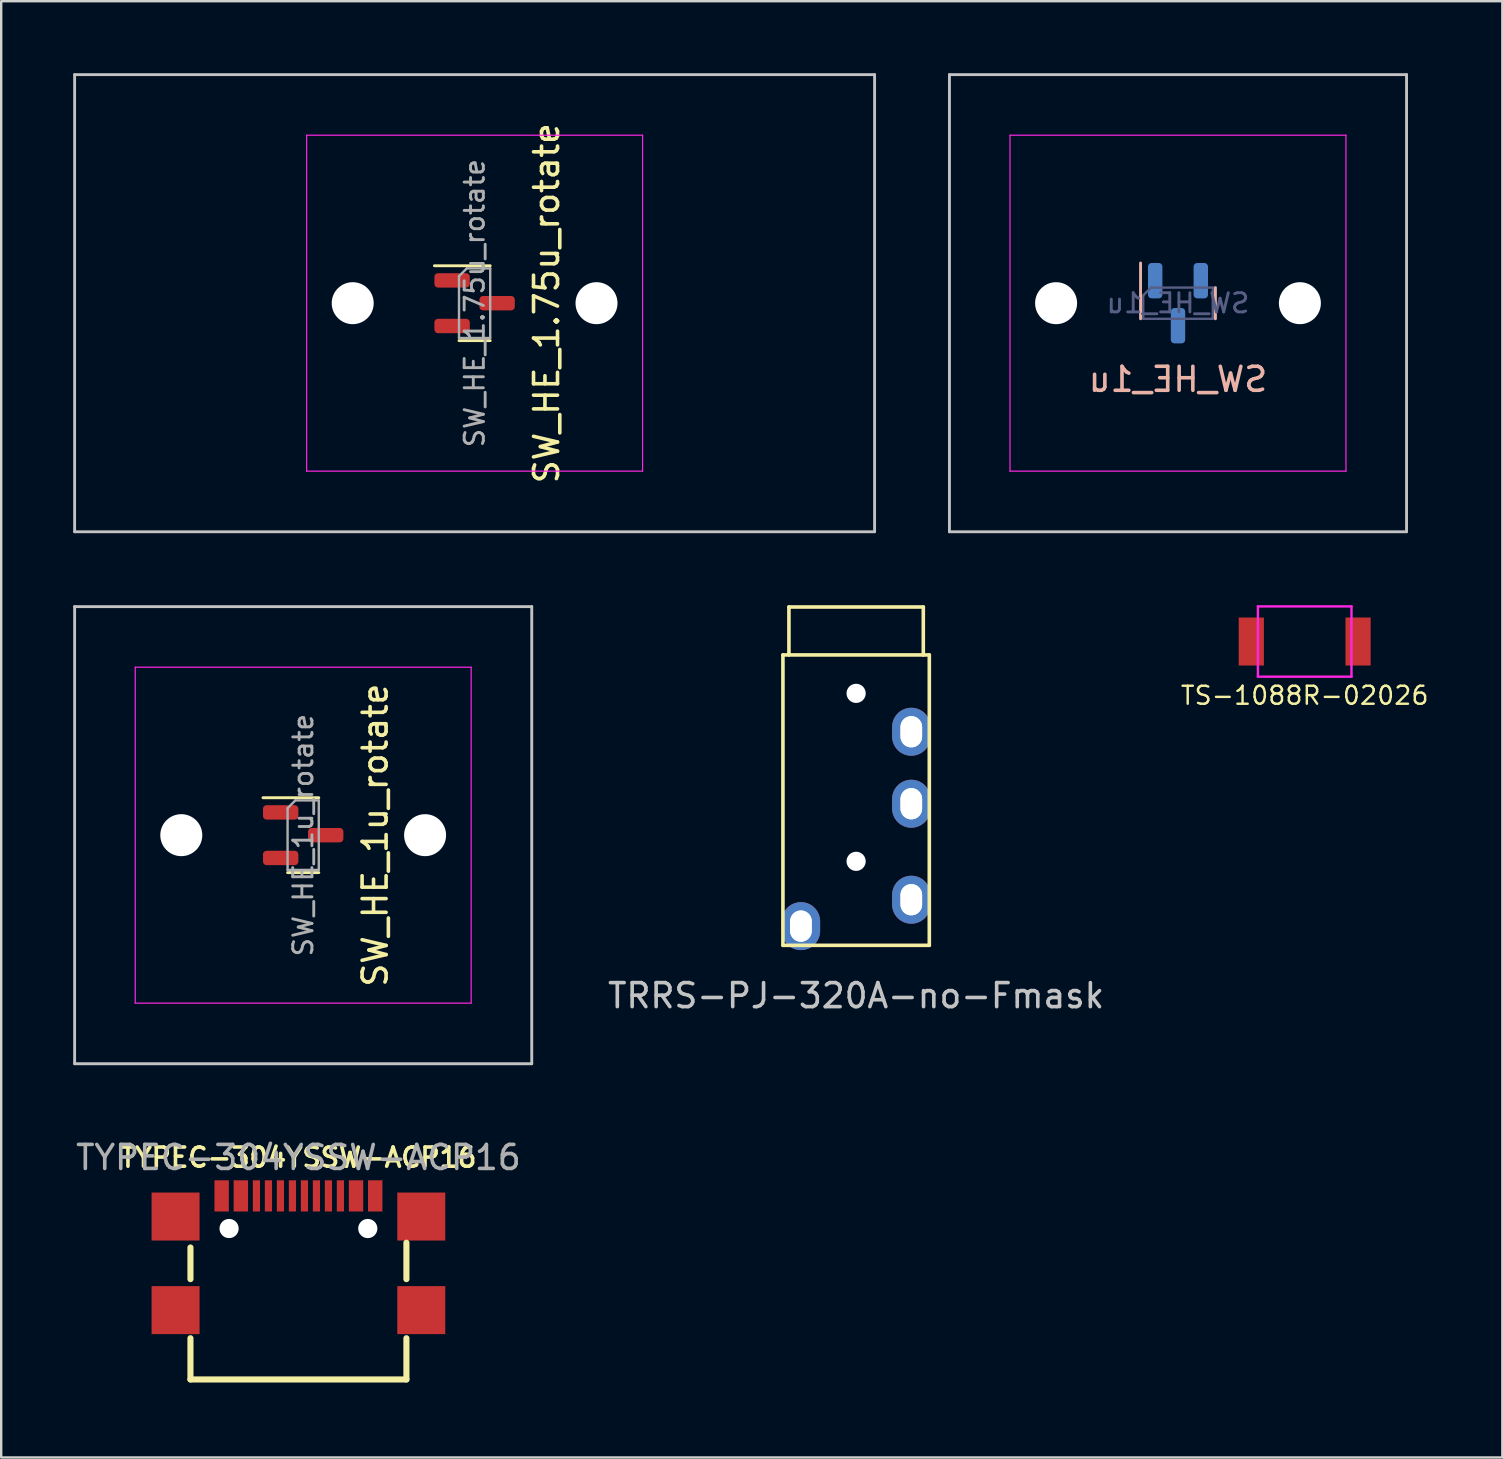
<source format=kicad_pcb>
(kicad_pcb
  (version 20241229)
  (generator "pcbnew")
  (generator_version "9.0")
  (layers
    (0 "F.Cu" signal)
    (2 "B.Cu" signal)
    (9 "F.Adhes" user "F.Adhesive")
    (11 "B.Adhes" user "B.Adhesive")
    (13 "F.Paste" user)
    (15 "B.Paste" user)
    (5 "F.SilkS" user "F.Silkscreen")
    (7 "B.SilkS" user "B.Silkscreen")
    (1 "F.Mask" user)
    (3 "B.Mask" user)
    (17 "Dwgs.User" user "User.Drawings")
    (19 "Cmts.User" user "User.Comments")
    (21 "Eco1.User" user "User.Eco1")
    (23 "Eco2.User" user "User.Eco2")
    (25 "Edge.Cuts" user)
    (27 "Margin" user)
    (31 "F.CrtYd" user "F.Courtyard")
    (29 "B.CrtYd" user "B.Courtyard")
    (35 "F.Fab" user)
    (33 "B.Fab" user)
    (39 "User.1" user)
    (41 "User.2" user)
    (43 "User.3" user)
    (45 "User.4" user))
  (footprint "TS-1088R-02026"
    (layer "F.Cu")
    (at 51.322 23.685)
    (property "Reference" "TS-1088R-02026" (at 0 2.25 0) (layer "F.SilkS") (effects (font (size 0.75 0.75) (thickness 0.1))))
    (attr smd)
    (fp_line (start -1.95 -1.465) (end -1.95 1.465) (stroke (width 0.1) (type default)) (layer "F.CrtYd"))
    (fp_line (start -1.95 -1.465) (end 1.95 -1.465) (stroke (width 0.1) (type solid)) (layer "F.CrtYd"))
    (fp_line (start 1.95 -1.465) (end 1.95 1.465) (stroke (width 0.1) (type default)) (layer "F.CrtYd"))
    (fp_line (start 1.95 1.465) (end -1.95 1.465) (stroke (width 0.1) (type solid)) (layer "F.CrtYd"))
    (pad "1" smd rect (at -2.225 0 180) (size 1.05 2) (layers "F.Cu" "F.Mask" "F.Paste"))
    (pad "2" smd rect (at 2.225 0 180) (size 1.05 2) (layers "F.Cu" "F.Mask" "F.Paste")))
  (footprint "SW_HE_1u_rotate"
    (layer "F.Cu")
    (at 9.585 31.755)
    (property "Reference" "SW_HE_1u_rotate" (at 3 0 270) (layer "F.SilkS") (effects (font (size 1 1) (thickness 0.15))))
    (attr smd)
    (fp_line (start -1.675 -1.56) (end 0.65 -1.56) (stroke (width 0.12) (type default)) (layer "F.SilkS"))
    (fp_line (start -0.65 1.56) (end 0.65 1.56) (stroke (width 0.12) (type default)) (layer "F.SilkS"))
    (fp_line (start -9.525 -9.525) (end -9.525 9.525) (stroke (width 0.12) (type solid)) (layer "Dwgs.User"))
    (fp_line (start -9.525 9.525) (end 9.525 9.525) (stroke (width 0.12) (type solid)) (layer "Dwgs.User"))
    (fp_line (start 9.525 -9.525) (end -9.525 -9.525) (stroke (width 0.12) (type solid)) (layer "Dwgs.User"))
    (fp_line (start 9.525 9.525) (end 9.525 -9.525) (stroke (width 0.12) (type solid)) (layer "Dwgs.User"))
    (fp_line (start -7 6.5) (end -7 -6.5) (stroke (width 0.05) (type solid)) (layer "Eco2.User"))
    (fp_line (start -6.5 -7) (end 6.5 -7) (stroke (width 0.05) (type solid)) (layer "Eco2.User"))
    (fp_line (start 6.5 7) (end -6.5 7) (stroke (width 0.05) (type solid)) (layer "Eco2.User"))
    (fp_line (start 7 -6.5) (end 7 6.5) (stroke (width 0.05) (type solid)) (layer "Eco2.User"))
    (fp_arc (start -7 -6.5) (mid -6.853553 -6.853553) (end -6.5 -7) (stroke (width 0.05) (type solid)) (layer "Eco2.User"))
    (fp_arc (start -6.5 7) (mid -6.853553 6.853553) (end -7 6.5) (stroke (width 0.05) (type solid)) (layer "Eco2.User"))
    (fp_arc (start 6.5 -7) (mid 6.853553 -6.853553) (end 7 -6.5) (stroke (width 0.05) (type solid)) (layer "Eco2.User"))
    (fp_arc (start 6.997236 6.498884) (mid 6.850789 6.852437) (end 6.497236 6.998884) (stroke (width 0.05) (type solid)) (layer "Eco2.User"))
    (fp_line (start -7 -7) (end -7 7) (stroke (width 0.05) (type solid)) (layer "F.CrtYd"))
    (fp_line (start -7 7) (end 7 7) (stroke (width 0.05) (type solid)) (layer "F.CrtYd"))
    (fp_line (start 7 -7) (end -7 -7) (stroke (width 0.05) (type solid)) (layer "F.CrtYd"))
    (fp_line (start 7 7) (end 7 -7) (stroke (width 0.05) (type solid)) (layer "F.CrtYd"))
    (fp_line (start -0.65 1.45) (end -0.65 -1.125) (stroke (width 0.1) (type default)) (layer "F.Fab"))
    (fp_line (start -0.325 -1.45) (end -0.65 -1.125) (stroke (width 0.1) (type default)) (layer "F.Fab"))
    (fp_line (start -0.325 -1.45) (end 0.65 -1.45) (stroke (width 0.1) (type default)) (layer "F.Fab"))
    (fp_line (start 0.65 1.45) (end -0.65 1.45) (stroke (width 0.1) (type default)) (layer "F.Fab"))
    (fp_line (start 0.65 1.45) (end 0.65 -1.45) (stroke (width 0.1) (type default)) (layer "F.Fab"))
    (fp_text user "${REFERENCE}" (at 0 0 90) (layer "F.Fab") (effects (font (size 0.8 0.8) (thickness 0.12))))
    (pad "" np_thru_hole circle (at -5.08 0) (size 1.75 1.75) (drill 1.75) (layers "*.Cu" "*.Mask"))
    (pad "" np_thru_hole circle (at 5.08 0) (size 1.75 1.75) (drill 1.75) (layers "*.Cu" "*.Mask"))
    (pad "1" smd roundrect (at -0.938 -0.95) (size 1.475 0.6) (layers "F.Cu" "F.Mask" "F.Paste") (roundrect_rratio 0.25))
    (pad "2" smd roundrect (at -0.938 0.95) (size 1.475 0.6) (layers "F.Cu" "F.Mask" "F.Paste") (roundrect_rratio 0.25))
    (pad "3" smd roundrect (at 0.938 0) (size 1.475 0.6) (layers "F.Cu" "F.Mask" "F.Paste") (roundrect_rratio 0.25))
    (zone (net_name "") (layers "F.Cu" "B.Cu") (hatch edge 0.5) (connect_pads) (min_thickness 0.25) (filled_areas_thickness no) (keepout (tracks allowed) (vias allowed) (pads allowed) (copperpour not_allowed) (footprints allowed)) (placement (enabled no)) (fill) (polygon (pts (arc (start 8.165 29.835) (mid 7.811447 29.981447) (end 7.665 30.335)) (arc (start 7.665 33.175) (mid 7.811447 33.528553) (end 8.165 33.675)) (arc (start 11.005 33.675) (mid 11.358553 33.528553) (end 11.505 33.175)) (arc (start 11.505 30.335) (mid 11.358553 29.981447) (end 11.005 29.835))))))
  (footprint "SW_HE_1u"
    (layer "F.Cu")
    (at 46.042 9.585)
    (property "Reference" "SW_HE_1u" (at 0 3.175 0) (layer "B.SilkS") (effects (font (size 1 1) (thickness 0.15)) (justify mirror)))
    (attr smd)
    (fp_line (start -1.56 0.65) (end -1.56 -1.675) (stroke (width 0.12) (type default)) (layer "B.SilkS"))
    (fp_line (start 1.56 0.65) (end 1.56 -0.65) (stroke (width 0.12) (type default)) (layer "B.SilkS"))
    (fp_line (start -9.525 -9.525) (end -9.525 9.525) (stroke (width 0.12) (type solid)) (layer "Dwgs.User"))
    (fp_line (start -9.525 9.525) (end 9.525 9.525) (stroke (width 0.12) (type solid)) (layer "Dwgs.User"))
    (fp_line (start 9.525 -9.525) (end -9.525 -9.525) (stroke (width 0.12) (type solid)) (layer "Dwgs.User"))
    (fp_line (start 9.525 9.525) (end 9.525 -9.525) (stroke (width 0.12) (type solid)) (layer "Dwgs.User"))
    (fp_line (start -7 6.5) (end -7 -6.5) (stroke (width 0.05) (type solid)) (layer "Eco2.User"))
    (fp_line (start -6.5 -7) (end 6.5 -7) (stroke (width 0.05) (type solid)) (layer "Eco2.User"))
    (fp_line (start 6.5 7) (end -6.5 7) (stroke (width 0.05) (type solid)) (layer "Eco2.User"))
    (fp_line (start 7 -6.5) (end 7 6.5) (stroke (width 0.05) (type solid)) (layer "Eco2.User"))
    (fp_arc (start -7 -6.5) (mid -6.853553 -6.853553) (end -6.5 -7) (stroke (width 0.05) (type solid)) (layer "Eco2.User"))
    (fp_arc (start -6.5 7) (mid -6.853553 6.853553) (end -7 6.5) (stroke (width 0.05) (type solid)) (layer "Eco2.User"))
    (fp_arc (start 6.5 -7) (mid 6.853553 -6.853553) (end 7 -6.5) (stroke (width 0.05) (type solid)) (layer "Eco2.User"))
    (fp_arc (start 6.997236 6.498884) (mid 6.850789 6.852437) (end 6.497236 6.998884) (stroke (width 0.05) (type solid)) (layer "Eco2.User"))
    (fp_line (start -7 -7) (end -7 7) (stroke (width 0.05) (type solid)) (layer "F.CrtYd"))
    (fp_line (start -7 7) (end 7 7) (stroke (width 0.05) (type solid)) (layer "F.CrtYd"))
    (fp_line (start 7 -7) (end -7 -7) (stroke (width 0.05) (type solid)) (layer "F.CrtYd"))
    (fp_line (start 7 7) (end 7 -7) (stroke (width 0.05) (type solid)) (layer "F.CrtYd"))
    (fp_line (start -1.45 0.65) (end -1.45 -0.325) (stroke (width 0.1) (type default)) (layer "B.Fab"))
    (fp_line (start -1.45 0.65) (end 1.45 0.65) (stroke (width 0.1) (type default)) (layer "B.Fab"))
    (fp_line (start -1.125 -0.65) (end -1.45 -0.325) (stroke (width 0.1) (type default)) (layer "B.Fab"))
    (fp_line (start -1.125 -0.65) (end 1.45 -0.65) (stroke (width 0.1) (type default)) (layer "B.Fab"))
    (fp_line (start 1.45 -0.65) (end 1.45 0.65) (stroke (width 0.1) (type default)) (layer "B.Fab"))
    (fp_text user "${REFERENCE}" (at 0 0 0) (layer "B.Fab") (effects (font (size 0.8 0.8) (thickness 0.12)) (justify mirror)))
    (pad "" np_thru_hole circle (at -5.08 0) (size 1.75 1.75) (drill 1.75) (layers "*.Cu" "*.Mask"))
    (pad "" np_thru_hole circle (at 5.08 0) (size 1.75 1.75) (drill 1.75) (layers "*.Cu" "*.Mask"))
    (pad "1" smd roundrect (at -0.95 -0.938 90) (size 1.475 0.6) (layers "B.Cu" "B.Mask" "B.Paste") (roundrect_rratio 0.25))
    (pad "2" smd roundrect (at 0.95 -0.938 90) (size 1.475 0.6) (layers "B.Cu" "B.Mask" "B.Paste") (roundrect_rratio 0.25))
    (pad "3" smd roundrect (at 0 0.938 90) (size 1.475 0.6) (layers "B.Cu" "B.Mask" "B.Paste") (roundrect_rratio 0.25))
    (zone (net_name "") (layers "F.Cu" "B.Cu") (hatch edge 0.5) (connect_pads) (min_thickness 0.25) (filled_areas_thickness no) (keepout (tracks allowed) (vias allowed) (pads allowed) (copperpour not_allowed) (footprints allowed)) (placement (enabled no)) (fill) (polygon (pts (arc (start 44.1225 8.165) (mid 44.268947 7.811447) (end 44.6225 7.665)) (arc (start 47.4625 7.665) (mid 47.816053 7.811447) (end 47.9625 8.165)) (arc (start 47.9625 11.005) (mid 47.816053 11.358553) (end 47.4625 11.505)) (arc (start 44.6225 11.505) (mid 44.268947 11.358553) (end 44.1225 11.005))))))
  (footprint "SW_HE_1.75u_rotate"
    (layer "F.Cu")
    (at 16.729 9.585)
    (property "Reference" "SW_HE_1.75u_rotate" (at 3 0 270) (layer "F.SilkS") (effects (font (size 1 1) (thickness 0.15))))
    (attr smd)
    (fp_line (start -1.675 -1.56) (end 0.65 -1.56) (stroke (width 0.12) (type default)) (layer "F.SilkS"))
    (fp_line (start -0.65 1.56) (end 0.65 1.56) (stroke (width 0.12) (type default)) (layer "F.SilkS"))
    (fp_line (start -16.669 9.525) (end -16.669 -9.525) (stroke (width 0.12) (type default)) (layer "Dwgs.User"))
    (fp_line (start -16.669 9.525) (end 16.669 9.525) (stroke (width 0.12) (type default)) (layer "Dwgs.User"))
    (fp_line (start 16.669 -9.525) (end -16.669 -9.525) (stroke (width 0.12) (type default)) (layer "Dwgs.User"))
    (fp_line (start 16.669 9.525) (end 16.669 -9.525) (stroke (width 0.12) (type default)) (layer "Dwgs.User"))
    (fp_line (start -7 6.5) (end -7 -6.5) (stroke (width 0.05) (type solid)) (layer "Eco2.User"))
    (fp_line (start -6.5 -7) (end 6.5 -7) (stroke (width 0.05) (type solid)) (layer "Eco2.User"))
    (fp_line (start 6.5 7) (end -6.5 7) (stroke (width 0.05) (type solid)) (layer "Eco2.User"))
    (fp_line (start 7 -6.5) (end 7 6.5) (stroke (width 0.05) (type solid)) (layer "Eco2.User"))
    (fp_arc (start -7 -6.5) (mid -6.853553 -6.853553) (end -6.5 -7) (stroke (width 0.05) (type solid)) (layer "Eco2.User"))
    (fp_arc (start -6.5 7) (mid -6.853553 6.853553) (end -7 6.5) (stroke (width 0.05) (type solid)) (layer "Eco2.User"))
    (fp_arc (start 6.5 -7) (mid 6.853553 -6.853553) (end 7 -6.5) (stroke (width 0.05) (type solid)) (layer "Eco2.User"))
    (fp_arc (start 6.997236 6.498884) (mid 6.850789 6.852437) (end 6.497236 6.998884) (stroke (width 0.05) (type solid)) (layer "Eco2.User"))
    (fp_line (start -7 -7) (end -7 7) (stroke (width 0.05) (type solid)) (layer "F.CrtYd"))
    (fp_line (start -7 7) (end 7 7) (stroke (width 0.05) (type solid)) (layer "F.CrtYd"))
    (fp_line (start 7 -7) (end -7 -7) (stroke (width 0.05) (type solid)) (layer "F.CrtYd"))
    (fp_line (start 7 7) (end 7 -7) (stroke (width 0.05) (type solid)) (layer "F.CrtYd"))
    (fp_line (start -0.65 1.45) (end -0.65 -1.125) (stroke (width 0.1) (type default)) (layer "F.Fab"))
    (fp_line (start -0.325 -1.45) (end -0.65 -1.125) (stroke (width 0.1) (type default)) (layer "F.Fab"))
    (fp_line (start -0.325 -1.45) (end 0.65 -1.45) (stroke (width 0.1) (type default)) (layer "F.Fab"))
    (fp_line (start 0.65 1.45) (end -0.65 1.45) (stroke (width 0.1) (type default)) (layer "F.Fab"))
    (fp_line (start 0.65 1.45) (end 0.65 -1.45) (stroke (width 0.1) (type default)) (layer "F.Fab"))
    (fp_text user "${REFERENCE}" (at 0 0 90) (layer "F.Fab") (effects (font (size 0.8 0.8) (thickness 0.12))))
    (pad "" np_thru_hole circle (at -5.08 0) (size 1.75 1.75) (drill 1.75) (layers "*.Cu" "*.Mask"))
    (pad "" np_thru_hole circle (at 5.08 0) (size 1.75 1.75) (drill 1.75) (layers "*.Cu" "*.Mask"))
    (pad "1" smd roundrect (at -0.938 -0.95) (size 1.475 0.6) (layers "F.Cu" "F.Mask" "F.Paste") (roundrect_rratio 0.25))
    (pad "2" smd roundrect (at -0.938 0.95) (size 1.475 0.6) (layers "F.Cu" "F.Mask" "F.Paste") (roundrect_rratio 0.25))
    (pad "3" smd roundrect (at 0.938 0) (size 1.475 0.6) (layers "F.Cu" "F.Mask" "F.Paste") (roundrect_rratio 0.25))
    (zone (net_name "") (layers "F.Cu" "B.Cu") (hatch edge 0.5) (connect_pads) (min_thickness 0.25) (filled_areas_thickness no) (keepout (tracks allowed) (vias allowed) (pads allowed) (copperpour not_allowed) (footprints allowed)) (placement (enabled no)) (fill) (polygon (pts (arc (start 15.30875 7.665) (mid 14.955197 7.811447) (end 14.80875 8.165)) (arc (start 14.80875 11.005) (mid 14.955197 11.358553) (end 15.30875 11.505)) (arc (start 18.14875 11.505) (mid 18.502303 11.358553) (end 18.64875 11.005)) (arc (start 18.64875 8.165) (mid 18.502303 7.811447) (end 18.14875 7.665))))))
  (footprint "TRRS-PJ-320A-no-Fmask"
    (layer "F.Cu")
    (at 32.628 24.245)
    (property "Reference" "TRRS-PJ-320A-no-Fmask" (at 0 14.2 0) (layer "Dwgs.User") (effects (font (size 1 1) (thickness 0.15))))
    (attr through_hole)
    (fp_line (start -3.05 0) (end -3.05 12.1) (stroke (width 0.15) (type solid)) (layer "F.SilkS"))
    (fp_line (start -2.8 0) (end -2.8 -2) (stroke (width 0.15) (type solid)) (layer "F.SilkS"))
    (fp_line (start 2.8 -2) (end -2.8 -2) (stroke (width 0.15) (type solid)) (layer "F.SilkS"))
    (fp_line (start 2.8 0) (end 2.8 -2) (stroke (width 0.15) (type solid)) (layer "F.SilkS"))
    (fp_line (start 3.05 0) (end -3.05 0) (stroke (width 0.15) (type solid)) (layer "F.SilkS"))
    (fp_line (start 3.05 0) (end 3.05 12.1) (stroke (width 0.15) (type solid)) (layer "F.SilkS"))
    (fp_line (start 3.05 12.1) (end -3.05 12.1) (stroke (width 0.15) (type solid)) (layer "F.SilkS"))
    (pad "" np_thru_hole circle (at 0 1.6) (size 0.8 0.8) (drill 0.8) (layers "*.Cu" "*.Mask"))
    (pad "" np_thru_hole circle (at 0 8.6) (size 0.8 0.8) (drill 0.8) (layers "*.Cu" "*.Mask"))
    (pad "A" thru_hole oval (at -2.3 11.3) (size 1 1.4) (drill oval 0.9 1.3) (layers "*.Cu" "F.Mask"))
    (pad "A" thru_hole oval (at -2.3 11.3) (size 1.6 2) (drill oval 0.9 1.3) (layers "*.Cu" "B.Mask"))
    (pad "B" thru_hole oval (at 2.3 10.2) (size 1 1.4) (drill oval 0.9 1.3) (layers "*.Cu" "F.Mask"))
    (pad "B" thru_hole oval (at 2.3 10.2) (size 1.6 2) (drill oval 0.9 1.3) (layers "*.Cu" "B.Mask"))
    (pad "C" thru_hole oval (at 2.3 6.2) (size 1 1.4) (drill oval 0.9 1.3) (layers "*.Cu" "F.Mask"))
    (pad "C" thru_hole oval (at 2.3 6.2) (size 1.6 2) (drill oval 0.9 1.3) (layers "*.Cu" "B.Mask"))
    (pad "D" thru_hole oval (at 2.3 3.2) (size 1 1.4) (drill oval 0.9 1.3) (layers "*.Cu" "F.Mask"))
    (pad "D" thru_hole oval (at 2.3 3.2) (size 1.6 2) (drill oval 0.9 1.3) (layers "*.Cu" "B.Mask")))
  (footprint "TYPEC-304YSSW-ACP16"
    (layer "F.Cu")
    (at 9.387 54.438)
    (property "Reference" "TYPEC-304YSSW-ACP16" (at 0 -9.25 0) (layer "F.SilkS") (effects (font (size 0.8 0.8) (thickness 0.15))))
    (attr smd)
    (fp_line (start -4.5 -4.181) (end -4.5 -5.5) (stroke (width 0.254) (type solid)) (layer "F.SilkS"))
    (fp_line (start -4.5 0) (end -4.5 -1.719) (stroke (width 0.254) (type solid)) (layer "F.SilkS"))
    (fp_line (start -4.5 0) (end 4.5 0) (stroke (width 0.254) (type solid)) (layer "F.SilkS"))
    (fp_line (start 4.5 -4.181) (end 4.5 -5.7) (stroke (width 0.254) (type solid)) (layer "F.SilkS"))
    (fp_line (start 4.5 0) (end 4.5 -1.719) (stroke (width 0.254) (type solid)) (layer "F.SilkS"))
    (fp_circle (center -2.89 -6.29) (end -2.765 -6.29) (stroke (width 0.25) (type solid)) (fill no) (layer "Cmts.User"))
    (fp_circle (center 2.89 -6.29) (end 3.015 -6.29) (stroke (width 0.25) (type solid)) (fill no) (layer "Cmts.User"))
    (fp_text user "${REFERENCE}" (at 0 -9.25 0) (layer "F.Fab") (effects (font (size 1 1) (thickness 0.15))))
    (pad "" np_thru_hole circle (at -2.89 -6.29) (size 0.8 0.8) (drill 0.8) (layers "*.Cu" "*.Mask"))
    (pad "" np_thru_hole circle (at 2.89 -6.29) (size 0.8 0.8) (drill 0.8) (layers "*.Cu" "*.Mask"))
    (pad "1" smd rect (at -3.2 -7.65) (size 0.6 1.3) (layers "F.Cu" "F.Mask" "F.Paste"))
    (pad "2" smd rect (at -2.4 -7.65) (size 0.6 1.3) (layers "F.Cu" "F.Mask" "F.Paste"))
    (pad "3" smd rect (at -1.75 -7.65) (size 0.3 1.3) (layers "F.Cu" "F.Mask" "F.Paste"))
    (pad "4" smd rect (at -1.25 -7.65) (size 0.3 1.3) (layers "F.Cu" "F.Mask" "F.Paste"))
    (pad "5" smd rect (at -0.75 -7.65) (size 0.3 1.3) (layers "F.Cu" "F.Mask" "F.Paste"))
    (pad "6" smd rect (at -0.25 -7.65) (size 0.3 1.3) (layers "F.Cu" "F.Mask" "F.Paste"))
    (pad "7" smd rect (at 0.25 -7.65) (size 0.3 1.3) (layers "F.Cu" "F.Mask" "F.Paste"))
    (pad "8" smd rect (at 0.75 -7.65) (size 0.3 1.3) (layers "F.Cu" "F.Mask" "F.Paste"))
    (pad "9" smd rect (at 1.25 -7.65) (size 0.3 1.3) (layers "F.Cu" "F.Mask" "F.Paste"))
    (pad "10" smd rect (at 1.75 -7.65) (size 0.3 1.3) (layers "F.Cu" "F.Mask" "F.Paste"))
    (pad "11" smd rect (at 2.4 -7.65) (size 0.6 1.3) (layers "F.Cu" "F.Mask" "F.Paste"))
    (pad "12" smd rect (at 3.2 -7.65) (size 0.6 1.3) (layers "F.Cu" "F.Mask" "F.Paste"))
    (pad "13" smd rect (at -5.12 -6.79) (size 2 2) (layers "F.Cu" "F.Mask" "F.Paste"))
    (pad "13" smd rect (at -5.12 -2.89) (size 2 2) (layers "F.Cu" "F.Mask" "F.Paste"))
    (pad "13" smd rect (at 5.12 -6.79) (size 2 2) (layers "F.Cu" "F.Mask" "F.Paste"))
    (pad "13" smd rect (at 5.12 -2.89) (size 2 2) (layers "F.Cu" "F.Mask" "F.Paste")))
  (gr_rect
    (start -3 -3)
    (end 59.558 57.688)
    (stroke (width 0.1) (type default))
    (fill no)
    (layer "Edge.Cuts")))
</source>
